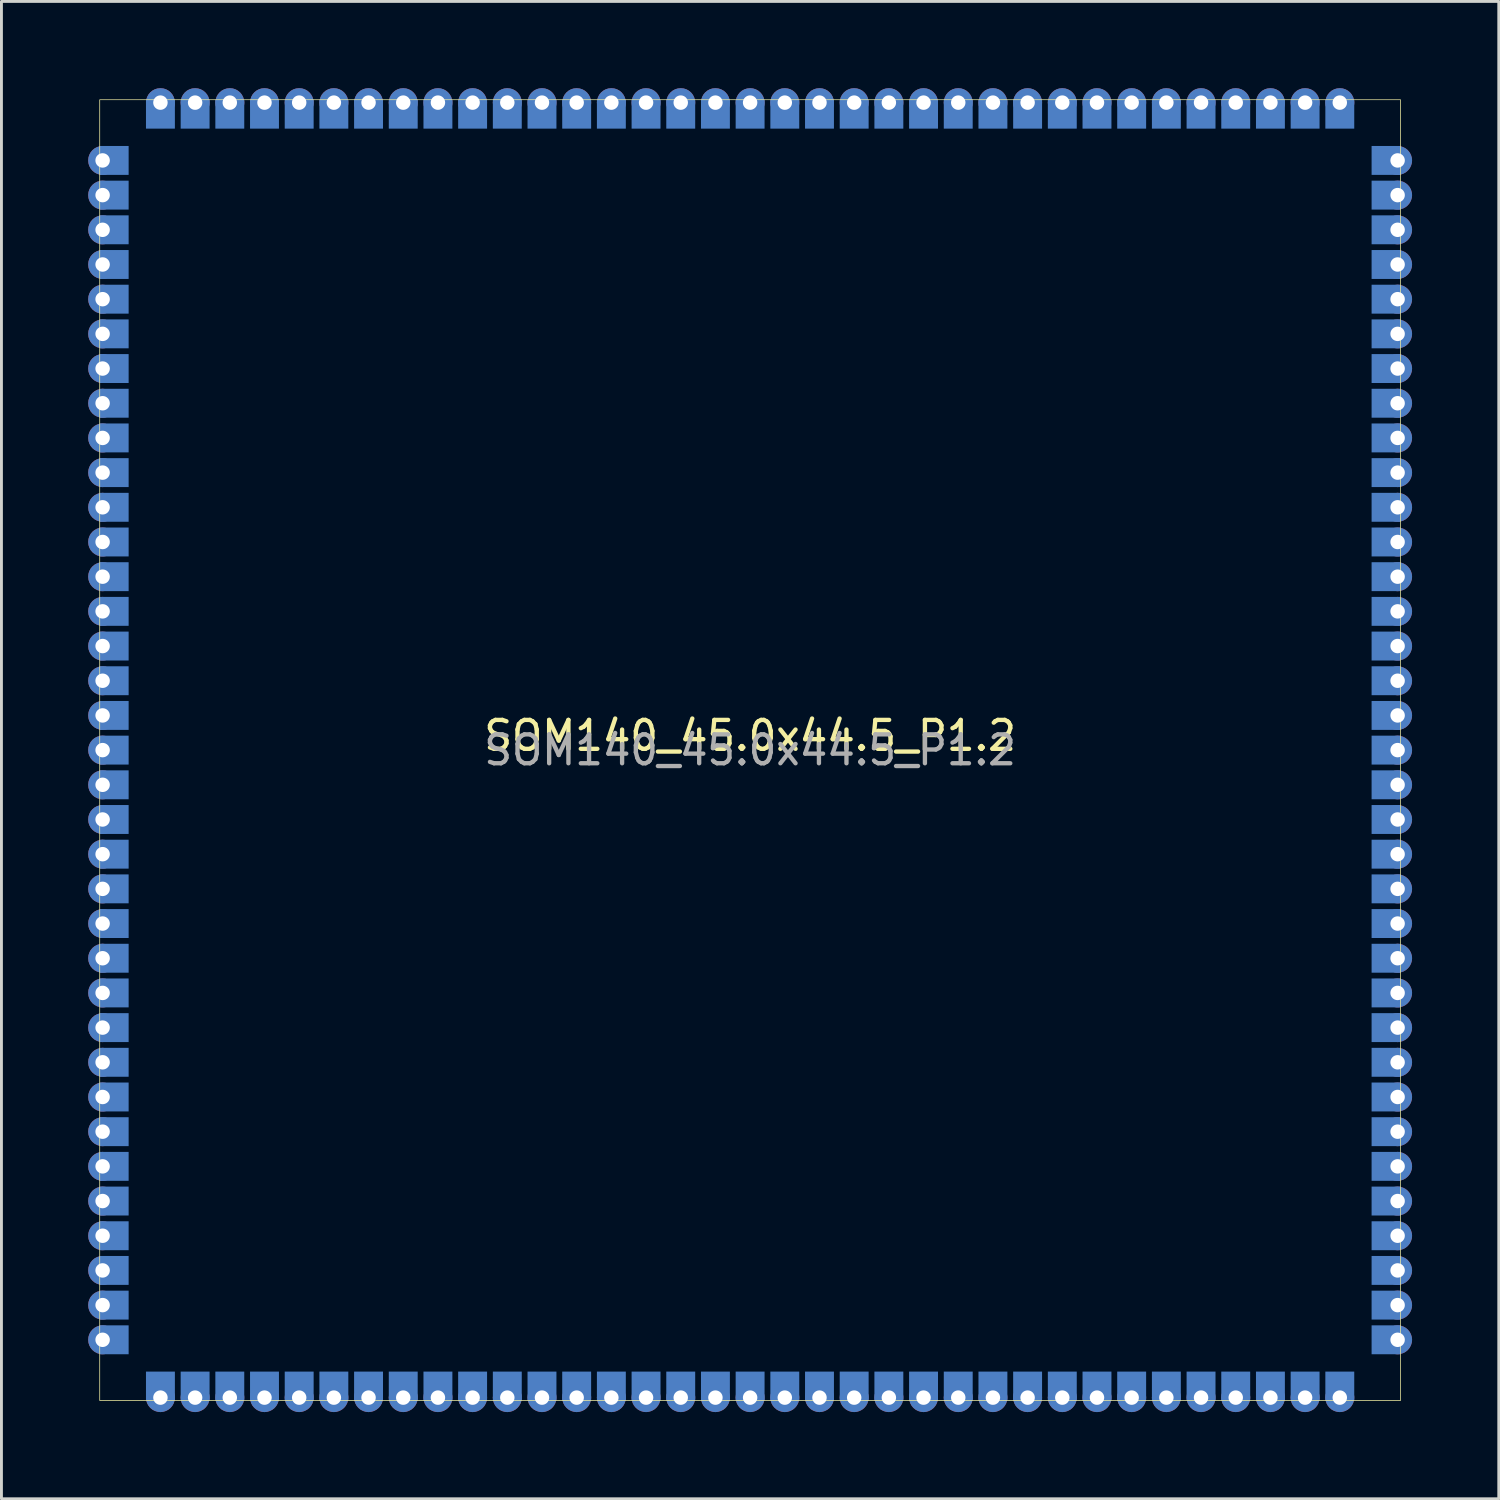
<source format=kicad_pcb>
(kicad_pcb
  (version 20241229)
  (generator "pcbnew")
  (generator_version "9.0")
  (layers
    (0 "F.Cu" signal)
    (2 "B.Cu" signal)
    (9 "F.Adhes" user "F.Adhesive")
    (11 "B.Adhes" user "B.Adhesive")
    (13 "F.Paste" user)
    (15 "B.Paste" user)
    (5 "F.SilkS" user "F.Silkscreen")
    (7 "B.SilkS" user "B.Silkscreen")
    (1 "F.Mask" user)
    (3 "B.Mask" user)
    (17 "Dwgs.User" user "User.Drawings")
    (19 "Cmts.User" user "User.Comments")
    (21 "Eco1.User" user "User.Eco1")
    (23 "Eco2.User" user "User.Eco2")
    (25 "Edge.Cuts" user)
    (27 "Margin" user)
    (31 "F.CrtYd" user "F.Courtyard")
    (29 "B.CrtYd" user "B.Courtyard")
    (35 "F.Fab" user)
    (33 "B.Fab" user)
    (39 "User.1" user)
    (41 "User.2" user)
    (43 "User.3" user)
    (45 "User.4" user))
  (footprint "SOM140_45.0x44.5_P1.2"
    (layer "F.Cu")
    (at 22.9 22.9)
    (property "Reference" "SOM140_45.0x44.5_P1.2" (at 0 -0.5 0) (unlocked yes) (layer "F.SilkS") (effects (font (size 1 1) (thickness 0.15))))
    (attr smd)
    (fp_rect (start -22.5 -22.5) (end 22.5 22.5) (stroke (width 0.025) (type solid)) (fill no) (layer "F.SilkS"))
    (fp_text user "${REFERENCE}" (at 0 0 0) (unlocked yes) (layer "F.Fab") (effects (font (size 1 1) (thickness 0.15))))
    (pad "1" thru_hole circle (at -22.4 -20.4) (size 1 1) (drill 0.5) (layers "*.Cu" "*.Mask"))
    (pad "1" smd rect (at -22 -20.4) (size 1 1) (layers "B.Cu" "B.Mask"))
    (pad "2" thru_hole circle (at -22.4 -19.2) (size 1 1) (drill 0.5) (layers "*.Cu" "*.Mask"))
    (pad "2" smd rect (at -22 -19.2) (size 1 1) (layers "B.Cu" "B.Mask"))
    (pad "3" thru_hole circle (at -22.4 -18) (size 1 1) (drill 0.5) (layers "*.Cu" "*.Mask"))
    (pad "3" smd rect (at -22 -18) (size 1 1) (layers "B.Cu" "B.Mask"))
    (pad "4" thru_hole circle (at -22.4 -16.8) (size 1 1) (drill 0.5) (layers "*.Cu" "*.Mask"))
    (pad "4" smd rect (at -22 -16.8) (size 1 1) (layers "B.Cu" "B.Mask"))
    (pad "5" thru_hole circle (at -22.4 -15.6) (size 1 1) (drill 0.5) (layers "*.Cu" "*.Mask"))
    (pad "5" smd rect (at -22 -15.6) (size 1 1) (layers "B.Cu" "B.Mask"))
    (pad "6" thru_hole circle (at -22.4 -14.4) (size 1 1) (drill 0.5) (layers "*.Cu" "*.Mask"))
    (pad "6" smd rect (at -22 -14.4) (size 1 1) (layers "B.Cu" "B.Mask"))
    (pad "7" thru_hole circle (at -22.4 -13.2) (size 1 1) (drill 0.5) (layers "*.Cu" "*.Mask"))
    (pad "7" smd rect (at -22 -13.2) (size 1 1) (layers "B.Cu" "B.Mask"))
    (pad "8" thru_hole circle (at -22.4 -12) (size 1 1) (drill 0.5) (layers "*.Cu" "*.Mask"))
    (pad "8" smd rect (at -22 -12) (size 1 1) (layers "B.Cu" "B.Mask"))
    (pad "9" thru_hole circle (at -22.4 -10.8) (size 1 1) (drill 0.5) (layers "*.Cu" "*.Mask"))
    (pad "9" smd rect (at -22 -10.8) (size 1 1) (layers "B.Cu" "B.Mask"))
    (pad "10" thru_hole circle (at -22.4 -9.6) (size 1 1) (drill 0.5) (layers "*.Cu" "*.Mask"))
    (pad "10" smd rect (at -22 -9.6) (size 1 1) (layers "B.Cu" "B.Mask"))
    (pad "11" thru_hole circle (at -22.4 -8.4) (size 1 1) (drill 0.5) (layers "*.Cu" "*.Mask"))
    (pad "11" smd rect (at -22 -8.4) (size 1 1) (layers "B.Cu" "B.Mask"))
    (pad "12" thru_hole circle (at -22.4 -7.2) (size 1 1) (drill 0.5) (layers "*.Cu" "*.Mask"))
    (pad "12" smd rect (at -22 -7.2) (size 1 1) (layers "B.Cu" "B.Mask"))
    (pad "13" thru_hole circle (at -22.4 -6) (size 1 1) (drill 0.5) (layers "*.Cu" "*.Mask"))
    (pad "13" smd rect (at -22 -6) (size 1 1) (layers "B.Cu" "B.Mask"))
    (pad "14" thru_hole circle (at -22.4 -4.8) (size 1 1) (drill 0.5) (layers "*.Cu" "*.Mask"))
    (pad "14" smd rect (at -22 -4.8) (size 1 1) (layers "B.Cu" "B.Mask"))
    (pad "15" thru_hole circle (at -22.4 -3.6) (size 1 1) (drill 0.5) (layers "*.Cu" "*.Mask"))
    (pad "15" smd rect (at -22 -3.6) (size 1 1) (layers "B.Cu" "B.Mask"))
    (pad "16" thru_hole circle (at -22.4 -2.4) (size 1 1) (drill 0.5) (layers "*.Cu" "*.Mask"))
    (pad "16" smd rect (at -22 -2.4) (size 1 1) (layers "B.Cu" "B.Mask"))
    (pad "17" thru_hole circle (at -22.4 -1.2) (size 1 1) (drill 0.5) (layers "*.Cu" "*.Mask"))
    (pad "17" smd rect (at -22 -1.2) (size 1 1) (layers "B.Cu" "B.Mask"))
    (pad "18" thru_hole circle (at -22.4 0) (size 1 1) (drill 0.5) (layers "*.Cu" "*.Mask"))
    (pad "18" smd rect (at -22 0) (size 1 1) (layers "B.Cu" "B.Mask"))
    (pad "19" thru_hole circle (at -22.4 1.2) (size 1 1) (drill 0.5) (layers "*.Cu" "*.Mask"))
    (pad "19" smd rect (at -22 1.2) (size 1 1) (layers "B.Cu" "B.Mask"))
    (pad "20" thru_hole circle (at -22.4 2.4) (size 1 1) (drill 0.5) (layers "*.Cu" "*.Mask"))
    (pad "20" smd rect (at -22 2.4) (size 1 1) (layers "B.Cu" "B.Mask"))
    (pad "21" thru_hole circle (at -22.4 3.6) (size 1 1) (drill 0.5) (layers "*.Cu" "*.Mask"))
    (pad "21" smd rect (at -22 3.6) (size 1 1) (layers "B.Cu" "B.Mask"))
    (pad "22" thru_hole circle (at -22.4 4.8) (size 1 1) (drill 0.5) (layers "*.Cu" "*.Mask"))
    (pad "22" smd rect (at -22 4.8) (size 1 1) (layers "B.Cu" "B.Mask"))
    (pad "23" thru_hole circle (at -22.4 6) (size 1 1) (drill 0.5) (layers "*.Cu" "*.Mask"))
    (pad "23" smd rect (at -22 6) (size 1 1) (layers "B.Cu" "B.Mask"))
    (pad "24" thru_hole circle (at -22.4 7.2) (size 1 1) (drill 0.5) (layers "*.Cu" "*.Mask"))
    (pad "24" smd rect (at -22 7.2) (size 1 1) (layers "B.Cu" "B.Mask"))
    (pad "25" thru_hole circle (at -22.4 8.4) (size 1 1) (drill 0.5) (layers "*.Cu" "*.Mask"))
    (pad "25" smd rect (at -22 8.4) (size 1 1) (layers "B.Cu" "B.Mask"))
    (pad "26" thru_hole circle (at -22.4 9.6) (size 1 1) (drill 0.5) (layers "*.Cu" "*.Mask"))
    (pad "26" smd rect (at -22 9.6) (size 1 1) (layers "B.Cu" "B.Mask"))
    (pad "27" thru_hole circle (at -22.4 10.8) (size 1 1) (drill 0.5) (layers "*.Cu" "*.Mask"))
    (pad "27" smd rect (at -22 10.8) (size 1 1) (layers "B.Cu" "B.Mask"))
    (pad "28" thru_hole circle (at -22.4 12) (size 1 1) (drill 0.5) (layers "*.Cu" "*.Mask"))
    (pad "28" smd rect (at -22 12) (size 1 1) (layers "B.Cu" "B.Mask"))
    (pad "29" thru_hole circle (at -22.4 13.2) (size 1 1) (drill 0.5) (layers "*.Cu" "*.Mask"))
    (pad "29" smd rect (at -22 13.2) (size 1 1) (layers "B.Cu" "B.Mask"))
    (pad "30" thru_hole circle (at -22.4 14.4) (size 1 1) (drill 0.5) (layers "*.Cu" "*.Mask"))
    (pad "30" smd rect (at -22 14.4) (size 1 1) (layers "B.Cu" "B.Mask"))
    (pad "31" thru_hole circle (at -22.4 15.6) (size 1 1) (drill 0.5) (layers "*.Cu" "*.Mask"))
    (pad "31" smd rect (at -22 15.6) (size 1 1) (layers "B.Cu" "B.Mask"))
    (pad "32" thru_hole circle (at -22.4 16.8) (size 1 1) (drill 0.5) (layers "*.Cu" "*.Mask"))
    (pad "32" smd rect (at -22 16.8) (size 1 1) (layers "B.Cu" "B.Mask"))
    (pad "33" thru_hole circle (at -22.4 18) (size 1 1) (drill 0.5) (layers "*.Cu" "*.Mask"))
    (pad "33" smd rect (at -22 18) (size 1 1) (layers "B.Cu" "B.Mask"))
    (pad "34" thru_hole circle (at -22.4 19.2) (size 1 1) (drill 0.5) (layers "*.Cu" "*.Mask"))
    (pad "34" smd rect (at -22 19.2) (size 1 1) (layers "B.Cu" "B.Mask"))
    (pad "35" thru_hole circle (at -22.4 20.4) (size 1 1) (drill 0.5) (layers "*.Cu" "*.Mask"))
    (pad "35" smd rect (at -22 20.4) (size 1 1) (layers "B.Cu" "B.Mask"))
    (pad "36" smd rect (at -20.4 22) (size 1 1) (layers "B.Cu" "B.Mask"))
    (pad "36" thru_hole circle (at -20.4 22.4 90) (size 1 1) (drill 0.5) (layers "*.Cu" "*.Mask"))
    (pad "37" smd rect (at -19.2 22) (size 1 1) (layers "B.Cu" "B.Mask"))
    (pad "37" thru_hole circle (at -19.2 22.4 90) (size 1 1) (drill 0.5) (layers "*.Cu" "*.Mask"))
    (pad "38" smd rect (at -18 22) (size 1 1) (layers "B.Cu" "B.Mask"))
    (pad "38" thru_hole circle (at -18 22.4 90) (size 1 1) (drill 0.5) (layers "*.Cu" "*.Mask"))
    (pad "39" smd rect (at -16.8 22) (size 1 1) (layers "B.Cu" "B.Mask"))
    (pad "39" thru_hole circle (at -16.8 22.4 90) (size 1 1) (drill 0.5) (layers "*.Cu" "*.Mask"))
    (pad "40" smd rect (at -15.6 22) (size 1 1) (layers "B.Cu" "B.Mask"))
    (pad "40" thru_hole circle (at -15.6 22.4 90) (size 1 1) (drill 0.5) (layers "*.Cu" "*.Mask"))
    (pad "41" smd rect (at -14.4 22) (size 1 1) (layers "B.Cu" "B.Mask"))
    (pad "41" thru_hole circle (at -14.4 22.4 90) (size 1 1) (drill 0.5) (layers "*.Cu" "*.Mask"))
    (pad "42" smd rect (at -13.2 22) (size 1 1) (layers "B.Cu" "B.Mask"))
    (pad "42" thru_hole circle (at -13.2 22.4 90) (size 1 1) (drill 0.5) (layers "*.Cu" "*.Mask"))
    (pad "43" smd rect (at -12 22) (size 1 1) (layers "B.Cu" "B.Mask"))
    (pad "43" thru_hole circle (at -12 22.4 90) (size 1 1) (drill 0.5) (layers "*.Cu" "*.Mask"))
    (pad "44" smd rect (at -10.8 22) (size 1 1) (layers "B.Cu" "B.Mask"))
    (pad "44" thru_hole circle (at -10.8 22.4 90) (size 1 1) (drill 0.5) (layers "*.Cu" "*.Mask"))
    (pad "45" smd rect (at -9.6 22) (size 1 1) (layers "B.Cu" "B.Mask"))
    (pad "45" thru_hole circle (at -9.6 22.4 90) (size 1 1) (drill 0.5) (layers "*.Cu" "*.Mask"))
    (pad "46" smd rect (at -8.4 22) (size 1 1) (layers "B.Cu" "B.Mask"))
    (pad "46" thru_hole circle (at -8.4 22.4 90) (size 1 1) (drill 0.5) (layers "*.Cu" "*.Mask"))
    (pad "47" smd rect (at -7.2 22) (size 1 1) (layers "B.Cu" "B.Mask"))
    (pad "47" thru_hole circle (at -7.2 22.4 90) (size 1 1) (drill 0.5) (layers "*.Cu" "*.Mask"))
    (pad "48" smd rect (at -6 22) (size 1 1) (layers "B.Cu" "B.Mask"))
    (pad "48" thru_hole circle (at -6 22.4 90) (size 1 1) (drill 0.5) (layers "*.Cu" "*.Mask"))
    (pad "49" smd rect (at -4.8 22) (size 1 1) (layers "B.Cu" "B.Mask"))
    (pad "49" thru_hole circle (at -4.8 22.4 90) (size 1 1) (drill 0.5) (layers "*.Cu" "*.Mask"))
    (pad "50" smd rect (at -3.6 22) (size 1 1) (layers "B.Cu" "B.Mask"))
    (pad "50" thru_hole circle (at -3.6 22.4 90) (size 1 1) (drill 0.5) (layers "*.Cu" "*.Mask"))
    (pad "51" smd rect (at -2.4 22) (size 1 1) (layers "B.Cu" "B.Mask"))
    (pad "51" thru_hole circle (at -2.4 22.4 90) (size 1 1) (drill 0.5) (layers "*.Cu" "*.Mask"))
    (pad "52" smd rect (at -1.2 22) (size 1 1) (layers "B.Cu" "B.Mask"))
    (pad "52" thru_hole circle (at -1.2 22.4 90) (size 1 1) (drill 0.5) (layers "*.Cu" "*.Mask"))
    (pad "53" smd rect (at 0 22) (size 1 1) (layers "B.Cu" "B.Mask"))
    (pad "53" thru_hole circle (at 0 22.4 90) (size 1 1) (drill 0.5) (layers "*.Cu" "*.Mask"))
    (pad "54" smd rect (at 1.2 22) (size 1 1) (layers "B.Cu" "B.Mask"))
    (pad "54" thru_hole circle (at 1.2 22.4 90) (size 1 1) (drill 0.5) (layers "*.Cu" "*.Mask"))
    (pad "55" smd rect (at 2.4 22) (size 1 1) (layers "B.Cu" "B.Mask"))
    (pad "55" thru_hole circle (at 2.4 22.4 90) (size 1 1) (drill 0.5) (layers "*.Cu" "*.Mask"))
    (pad "56" smd rect (at 3.6 22) (size 1 1) (layers "B.Cu" "B.Mask"))
    (pad "56" thru_hole circle (at 3.6 22.4 90) (size 1 1) (drill 0.5) (layers "*.Cu" "*.Mask"))
    (pad "57" smd rect (at 4.8 22) (size 1 1) (layers "B.Cu" "B.Mask"))
    (pad "57" thru_hole circle (at 4.8 22.4 90) (size 1 1) (drill 0.5) (layers "*.Cu" "*.Mask"))
    (pad "58" smd rect (at 6 22) (size 1 1) (layers "B.Cu" "B.Mask"))
    (pad "58" thru_hole circle (at 6 22.4 90) (size 1 1) (drill 0.5) (layers "*.Cu" "*.Mask"))
    (pad "59" smd rect (at 7.2 22) (size 1 1) (layers "B.Cu" "B.Mask"))
    (pad "59" thru_hole circle (at 7.2 22.4 90) (size 1 1) (drill 0.5) (layers "*.Cu" "*.Mask"))
    (pad "60" smd rect (at 8.4 22) (size 1 1) (layers "B.Cu" "B.Mask"))
    (pad "60" thru_hole circle (at 8.4 22.4 90) (size 1 1) (drill 0.5) (layers "*.Cu" "*.Mask"))
    (pad "61" smd rect (at 9.6 22) (size 1 1) (layers "B.Cu" "B.Mask"))
    (pad "61" thru_hole circle (at 9.6 22.4 90) (size 1 1) (drill 0.5) (layers "*.Cu" "*.Mask"))
    (pad "62" smd rect (at 10.8 22) (size 1 1) (layers "B.Cu" "B.Mask"))
    (pad "62" thru_hole circle (at 10.8 22.4 90) (size 1 1) (drill 0.5) (layers "*.Cu" "*.Mask"))
    (pad "63" smd rect (at 12 22) (size 1 1) (layers "B.Cu" "B.Mask"))
    (pad "63" thru_hole circle (at 12 22.4 90) (size 1 1) (drill 0.5) (layers "*.Cu" "*.Mask"))
    (pad "64" smd rect (at 13.2 22) (size 1 1) (layers "B.Cu" "B.Mask"))
    (pad "64" thru_hole circle (at 13.2 22.4 90) (size 1 1) (drill 0.5) (layers "*.Cu" "*.Mask"))
    (pad "65" smd rect (at 14.4 22) (size 1 1) (layers "B.Cu" "B.Mask"))
    (pad "65" thru_hole circle (at 14.4 22.4 90) (size 1 1) (drill 0.5) (layers "*.Cu" "*.Mask"))
    (pad "66" smd rect (at 15.6 22) (size 1 1) (layers "B.Cu" "B.Mask"))
    (pad "66" thru_hole circle (at 15.6 22.4 90) (size 1 1) (drill 0.5) (layers "*.Cu" "*.Mask"))
    (pad "67" smd rect (at 16.8 22) (size 1 1) (layers "B.Cu" "B.Mask"))
    (pad "67" thru_hole circle (at 16.8 22.4 90) (size 1 1) (drill 0.5) (layers "*.Cu" "*.Mask"))
    (pad "68" smd rect (at 18 22) (size 1 1) (layers "B.Cu" "B.Mask"))
    (pad "68" thru_hole circle (at 18 22.4 90) (size 1 1) (drill 0.5) (layers "*.Cu" "*.Mask"))
    (pad "69" smd rect (at 19.2 22) (size 1 1) (layers "B.Cu" "B.Mask"))
    (pad "69" thru_hole circle (at 19.2 22.4 90) (size 1 1) (drill 0.5) (layers "*.Cu" "*.Mask"))
    (pad "70" smd rect (at 20.4 22) (size 1 1) (layers "B.Cu" "B.Mask"))
    (pad "70" thru_hole circle (at 20.4 22.4 90) (size 1 1) (drill 0.5) (layers "*.Cu" "*.Mask"))
    (pad "71" smd rect (at 22 20.4) (size 1 1) (layers "B.Cu" "B.Mask"))
    (pad "71" thru_hole circle (at 22.4 20.4) (size 1 1) (drill 0.5) (layers "*.Cu" "*.Mask"))
    (pad "72" smd rect (at 22 19.2) (size 1 1) (layers "B.Cu" "B.Mask"))
    (pad "72" thru_hole circle (at 22.4 19.2) (size 1 1) (drill 0.5) (layers "*.Cu" "*.Mask"))
    (pad "73" smd rect (at 22 18) (size 1 1) (layers "B.Cu" "B.Mask"))
    (pad "73" thru_hole circle (at 22.4 18) (size 1 1) (drill 0.5) (layers "*.Cu" "*.Mask"))
    (pad "74" smd rect (at 22 16.8) (size 1 1) (layers "B.Cu" "B.Mask"))
    (pad "74" thru_hole circle (at 22.4 16.8) (size 1 1) (drill 0.5) (layers "*.Cu" "*.Mask"))
    (pad "75" smd rect (at 22 15.6) (size 1 1) (layers "B.Cu" "B.Mask"))
    (pad "75" thru_hole circle (at 22.4 15.6) (size 1 1) (drill 0.5) (layers "*.Cu" "*.Mask"))
    (pad "76" smd rect (at 22 14.4) (size 1 1) (layers "B.Cu" "B.Mask"))
    (pad "76" thru_hole circle (at 22.4 14.4) (size 1 1) (drill 0.5) (layers "*.Cu" "*.Mask"))
    (pad "77" smd rect (at 22 13.2) (size 1 1) (layers "B.Cu" "B.Mask"))
    (pad "77" thru_hole circle (at 22.4 13.2) (size 1 1) (drill 0.5) (layers "*.Cu" "*.Mask"))
    (pad "78" smd rect (at 22 12) (size 1 1) (layers "B.Cu" "B.Mask"))
    (pad "78" thru_hole circle (at 22.4 12) (size 1 1) (drill 0.5) (layers "*.Cu" "*.Mask"))
    (pad "79" smd rect (at 22 10.8) (size 1 1) (layers "B.Cu" "B.Mask"))
    (pad "79" thru_hole circle (at 22.4 10.8) (size 1 1) (drill 0.5) (layers "*.Cu" "*.Mask"))
    (pad "80" smd rect (at 22 9.6) (size 1 1) (layers "B.Cu" "B.Mask"))
    (pad "80" thru_hole circle (at 22.4 9.6) (size 1 1) (drill 0.5) (layers "*.Cu" "*.Mask"))
    (pad "81" smd rect (at 22 8.4) (size 1 1) (layers "B.Cu" "B.Mask"))
    (pad "81" thru_hole circle (at 22.4 8.4) (size 1 1) (drill 0.5) (layers "*.Cu" "*.Mask"))
    (pad "82" smd rect (at 22 7.2) (size 1 1) (layers "B.Cu" "B.Mask"))
    (pad "82" thru_hole circle (at 22.4 7.2) (size 1 1) (drill 0.5) (layers "*.Cu" "*.Mask"))
    (pad "83" smd rect (at 22 6) (size 1 1) (layers "B.Cu" "B.Mask"))
    (pad "83" thru_hole circle (at 22.4 6) (size 1 1) (drill 0.5) (layers "*.Cu" "*.Mask"))
    (pad "84" smd rect (at 22 4.8) (size 1 1) (layers "B.Cu" "B.Mask"))
    (pad "84" thru_hole circle (at 22.4 4.8) (size 1 1) (drill 0.5) (layers "*.Cu" "*.Mask"))
    (pad "85" smd rect (at 22 3.6) (size 1 1) (layers "B.Cu" "B.Mask"))
    (pad "85" thru_hole circle (at 22.4 3.6) (size 1 1) (drill 0.5) (layers "*.Cu" "*.Mask"))
    (pad "86" smd rect (at 22 2.4) (size 1 1) (layers "B.Cu" "B.Mask"))
    (pad "86" thru_hole circle (at 22.4 2.4) (size 1 1) (drill 0.5) (layers "*.Cu" "*.Mask"))
    (pad "87" smd rect (at 22 1.2) (size 1 1) (layers "B.Cu" "B.Mask"))
    (pad "87" thru_hole circle (at 22.4 1.2) (size 1 1) (drill 0.5) (layers "*.Cu" "*.Mask"))
    (pad "88" smd rect (at 22 0) (size 1 1) (layers "B.Cu" "B.Mask"))
    (pad "88" thru_hole circle (at 22.4 0) (size 1 1) (drill 0.5) (layers "*.Cu" "*.Mask"))
    (pad "89" smd rect (at 22 -1.2) (size 1 1) (layers "B.Cu" "B.Mask"))
    (pad "89" thru_hole circle (at 22.4 -1.2) (size 1 1) (drill 0.5) (layers "*.Cu" "*.Mask"))
    (pad "90" smd rect (at 22 -2.4) (size 1 1) (layers "B.Cu" "B.Mask"))
    (pad "90" thru_hole circle (at 22.4 -2.4) (size 1 1) (drill 0.5) (layers "*.Cu" "*.Mask"))
    (pad "91" smd rect (at 22 -3.6) (size 1 1) (layers "B.Cu" "B.Mask"))
    (pad "91" thru_hole circle (at 22.4 -3.6) (size 1 1) (drill 0.5) (layers "*.Cu" "*.Mask"))
    (pad "92" smd rect (at 22 -4.8) (size 1 1) (layers "B.Cu" "B.Mask"))
    (pad "92" thru_hole circle (at 22.4 -4.8) (size 1 1) (drill 0.5) (layers "*.Cu" "*.Mask"))
    (pad "93" smd rect (at 22 -6) (size 1 1) (layers "B.Cu" "B.Mask"))
    (pad "93" thru_hole circle (at 22.4 -6) (size 1 1) (drill 0.5) (layers "*.Cu" "*.Mask"))
    (pad "94" smd rect (at 22 -7.2) (size 1 1) (layers "B.Cu" "B.Mask"))
    (pad "94" thru_hole circle (at 22.4 -7.2) (size 1 1) (drill 0.5) (layers "*.Cu" "*.Mask"))
    (pad "95" smd rect (at 22 -8.4) (size 1 1) (layers "B.Cu" "B.Mask"))
    (pad "95" thru_hole circle (at 22.4 -8.4) (size 1 1) (drill 0.5) (layers "*.Cu" "*.Mask"))
    (pad "96" smd rect (at 22 -9.6) (size 1 1) (layers "B.Cu" "B.Mask"))
    (pad "96" thru_hole circle (at 22.4 -9.6) (size 1 1) (drill 0.5) (layers "*.Cu" "*.Mask"))
    (pad "97" smd rect (at 22 -10.8) (size 1 1) (layers "B.Cu" "B.Mask"))
    (pad "97" thru_hole circle (at 22.4 -10.8) (size 1 1) (drill 0.5) (layers "*.Cu" "*.Mask"))
    (pad "98" smd rect (at 22 -12) (size 1 1) (layers "B.Cu" "B.Mask"))
    (pad "98" thru_hole circle (at 22.4 -12) (size 1 1) (drill 0.5) (layers "*.Cu" "*.Mask"))
    (pad "99" smd rect (at 22 -13.2) (size 1 1) (layers "B.Cu" "B.Mask"))
    (pad "99" thru_hole circle (at 22.4 -13.2) (size 1 1) (drill 0.5) (layers "*.Cu" "*.Mask"))
    (pad "100" smd rect (at 22 -14.4) (size 1 1) (layers "B.Cu" "B.Mask"))
    (pad "100" thru_hole circle (at 22.4 -14.4) (size 1 1) (drill 0.5) (layers "*.Cu" "*.Mask"))
    (pad "101" smd rect (at 22 -15.6) (size 1 1) (layers "B.Cu" "B.Mask"))
    (pad "101" thru_hole circle (at 22.4 -15.6) (size 1 1) (drill 0.5) (layers "*.Cu" "*.Mask"))
    (pad "102" smd rect (at 22 -16.8) (size 1 1) (layers "B.Cu" "B.Mask"))
    (pad "102" thru_hole circle (at 22.4 -16.8) (size 1 1) (drill 0.5) (layers "*.Cu" "*.Mask"))
    (pad "103" smd rect (at 22 -18) (size 1 1) (layers "B.Cu" "B.Mask"))
    (pad "103" thru_hole circle (at 22.4 -18) (size 1 1) (drill 0.5) (layers "*.Cu" "*.Mask"))
    (pad "104" smd rect (at 22 -19.2) (size 1 1) (layers "B.Cu" "B.Mask"))
    (pad "104" thru_hole circle (at 22.4 -19.2) (size 1 1) (drill 0.5) (layers "*.Cu" "*.Mask"))
    (pad "105" smd rect (at 22 -20.4) (size 1 1) (layers "B.Cu" "B.Mask"))
    (pad "105" thru_hole circle (at 22.4 -20.4) (size 1 1) (drill 0.5) (layers "*.Cu" "*.Mask"))
    (pad "106" thru_hole circle (at 20.4 -22.4 90) (size 1 1) (drill 0.5) (layers "*.Cu" "*.Mask"))
    (pad "106" smd rect (at 20.4 -22) (size 1 1) (layers "B.Cu" "B.Mask"))
    (pad "107" thru_hole circle (at 19.2 -22.4 90) (size 1 1) (drill 0.5) (layers "*.Cu" "*.Mask"))
    (pad "107" smd rect (at 19.2 -22) (size 1 1) (layers "B.Cu" "B.Mask"))
    (pad "108" thru_hole circle (at 18 -22.4 90) (size 1 1) (drill 0.5) (layers "*.Cu" "*.Mask"))
    (pad "108" smd rect (at 18 -22) (size 1 1) (layers "B.Cu" "B.Mask"))
    (pad "109" thru_hole circle (at 16.8 -22.4 90) (size 1 1) (drill 0.5) (layers "*.Cu" "*.Mask"))
    (pad "109" smd rect (at 16.8 -22) (size 1 1) (layers "B.Cu" "B.Mask"))
    (pad "110" thru_hole circle (at 15.6 -22.4 90) (size 1 1) (drill 0.5) (layers "*.Cu" "*.Mask"))
    (pad "110" smd rect (at 15.6 -22) (size 1 1) (layers "B.Cu" "B.Mask"))
    (pad "111" thru_hole circle (at 14.4 -22.4 90) (size 1 1) (drill 0.5) (layers "*.Cu" "*.Mask"))
    (pad "111" smd rect (at 14.4 -22) (size 1 1) (layers "B.Cu" "B.Mask"))
    (pad "112" thru_hole circle (at 13.2 -22.4 90) (size 1 1) (drill 0.5) (layers "*.Cu" "*.Mask"))
    (pad "112" smd rect (at 13.2 -22) (size 1 1) (layers "B.Cu" "B.Mask"))
    (pad "113" thru_hole circle (at 12 -22.4 90) (size 1 1) (drill 0.5) (layers "*.Cu" "*.Mask"))
    (pad "113" smd rect (at 12 -22) (size 1 1) (layers "B.Cu" "B.Mask"))
    (pad "114" thru_hole circle (at 10.8 -22.4 90) (size 1 1) (drill 0.5) (layers "*.Cu" "*.Mask"))
    (pad "114" smd rect (at 10.8 -22) (size 1 1) (layers "B.Cu" "B.Mask"))
    (pad "115" thru_hole circle (at 9.6 -22.4 90) (size 1 1) (drill 0.5) (layers "*.Cu" "*.Mask"))
    (pad "115" smd rect (at 9.6 -22) (size 1 1) (layers "B.Cu" "B.Mask"))
    (pad "116" thru_hole circle (at 8.4 -22.4 90) (size 1 1) (drill 0.5) (layers "*.Cu" "*.Mask"))
    (pad "116" smd rect (at 8.4 -22) (size 1 1) (layers "B.Cu" "B.Mask"))
    (pad "117" thru_hole circle (at 7.2 -22.4 90) (size 1 1) (drill 0.5) (layers "*.Cu" "*.Mask"))
    (pad "117" smd rect (at 7.2 -22) (size 1 1) (layers "B.Cu" "B.Mask"))
    (pad "118" thru_hole circle (at 6 -22.4 90) (size 1 1) (drill 0.5) (layers "*.Cu" "*.Mask"))
    (pad "118" smd rect (at 6 -22) (size 1 1) (layers "B.Cu" "B.Mask"))
    (pad "119" thru_hole circle (at 4.8 -22.4 90) (size 1 1) (drill 0.5) (layers "*.Cu" "*.Mask"))
    (pad "119" smd rect (at 4.8 -22) (size 1 1) (layers "B.Cu" "B.Mask"))
    (pad "120" thru_hole circle (at 3.6 -22.4 90) (size 1 1) (drill 0.5) (layers "*.Cu" "*.Mask"))
    (pad "120" smd rect (at 3.6 -22) (size 1 1) (layers "B.Cu" "B.Mask"))
    (pad "121" thru_hole circle (at 2.4 -22.4 90) (size 1 1) (drill 0.5) (layers "*.Cu" "*.Mask"))
    (pad "121" smd rect (at 2.4 -22) (size 1 1) (layers "B.Cu" "B.Mask"))
    (pad "122" thru_hole circle (at 1.2 -22.4 90) (size 1 1) (drill 0.5) (layers "*.Cu" "*.Mask"))
    (pad "122" smd rect (at 1.2 -22) (size 1 1) (layers "B.Cu" "B.Mask"))
    (pad "123" thru_hole circle (at 0 -22.4 90) (size 1 1) (drill 0.5) (layers "*.Cu" "*.Mask"))
    (pad "123" smd rect (at 0 -22) (size 1 1) (layers "B.Cu" "B.Mask"))
    (pad "124" thru_hole circle (at -1.2 -22.4 90) (size 1 1) (drill 0.5) (layers "*.Cu" "*.Mask"))
    (pad "124" smd rect (at -1.2 -22) (size 1 1) (layers "B.Cu" "B.Mask"))
    (pad "125" thru_hole circle (at -2.4 -22.4 90) (size 1 1) (drill 0.5) (layers "*.Cu" "*.Mask"))
    (pad "125" smd rect (at -2.4 -22) (size 1 1) (layers "B.Cu" "B.Mask"))
    (pad "126" thru_hole circle (at -3.6 -22.4 90) (size 1 1) (drill 0.5) (layers "*.Cu" "*.Mask"))
    (pad "126" smd rect (at -3.6 -22) (size 1 1) (layers "B.Cu" "B.Mask"))
    (pad "127" thru_hole circle (at -4.8 -22.4 90) (size 1 1) (drill 0.5) (layers "*.Cu" "*.Mask"))
    (pad "127" smd rect (at -4.8 -22) (size 1 1) (layers "B.Cu" "B.Mask"))
    (pad "128" thru_hole circle (at -6 -22.4 90) (size 1 1) (drill 0.5) (layers "*.Cu" "*.Mask"))
    (pad "128" smd rect (at -6 -22) (size 1 1) (layers "B.Cu" "B.Mask"))
    (pad "129" thru_hole circle (at -7.2 -22.4 90) (size 1 1) (drill 0.5) (layers "*.Cu" "*.Mask"))
    (pad "129" smd rect (at -7.2 -22) (size 1 1) (layers "B.Cu" "B.Mask"))
    (pad "130" thru_hole circle (at -8.4 -22.4 90) (size 1 1) (drill 0.5) (layers "*.Cu" "*.Mask"))
    (pad "130" smd rect (at -8.4 -22) (size 1 1) (layers "B.Cu" "B.Mask"))
    (pad "131" thru_hole circle (at -9.6 -22.4 90) (size 1 1) (drill 0.5) (layers "*.Cu" "*.Mask"))
    (pad "131" smd rect (at -9.6 -22) (size 1 1) (layers "B.Cu" "B.Mask"))
    (pad "132" thru_hole circle (at -10.8 -22.4 90) (size 1 1) (drill 0.5) (layers "*.Cu" "*.Mask"))
    (pad "132" smd rect (at -10.8 -22) (size 1 1) (layers "B.Cu" "B.Mask"))
    (pad "133" thru_hole circle (at -12 -22.4 90) (size 1 1) (drill 0.5) (layers "*.Cu" "*.Mask"))
    (pad "133" smd rect (at -12 -22) (size 1 1) (layers "B.Cu" "B.Mask"))
    (pad "134" thru_hole circle (at -13.2 -22.4 90) (size 1 1) (drill 0.5) (layers "*.Cu" "*.Mask"))
    (pad "134" smd rect (at -13.2 -22) (size 1 1) (layers "B.Cu" "B.Mask"))
    (pad "135" thru_hole circle (at -14.4 -22.4 90) (size 1 1) (drill 0.5) (layers "*.Cu" "*.Mask"))
    (pad "135" smd rect (at -14.4 -22) (size 1 1) (layers "B.Cu" "B.Mask"))
    (pad "136" thru_hole circle (at -15.6 -22.4 90) (size 1 1) (drill 0.5) (layers "*.Cu" "*.Mask"))
    (pad "136" smd rect (at -15.6 -22) (size 1 1) (layers "B.Cu" "B.Mask"))
    (pad "137" thru_hole circle (at -16.8 -22.4 90) (size 1 1) (drill 0.5) (layers "*.Cu" "*.Mask"))
    (pad "137" smd rect (at -16.8 -22) (size 1 1) (layers "B.Cu" "B.Mask"))
    (pad "138" thru_hole circle (at -18 -22.4 90) (size 1 1) (drill 0.5) (layers "*.Cu" "*.Mask"))
    (pad "138" smd rect (at -18 -22) (size 1 1) (layers "B.Cu" "B.Mask"))
    (pad "139" thru_hole circle (at -19.2 -22.4 90) (size 1 1) (drill 0.5) (layers "*.Cu" "*.Mask"))
    (pad "139" smd rect (at -19.2 -22) (size 1 1) (layers "B.Cu" "B.Mask"))
    (pad "140" thru_hole circle (at -20.4 -22.4 90) (size 1 1) (drill 0.5) (layers "*.Cu" "*.Mask"))
    (pad "140" smd rect (at -20.4 -22) (size 1 1) (layers "B.Cu" "B.Mask")))
  (gr_rect
    (start -3 -3)
    (end 48.8 48.8)
    (stroke (width 0.1) (type default))
    (fill no)
    (layer "Edge.Cuts")))
</source>
